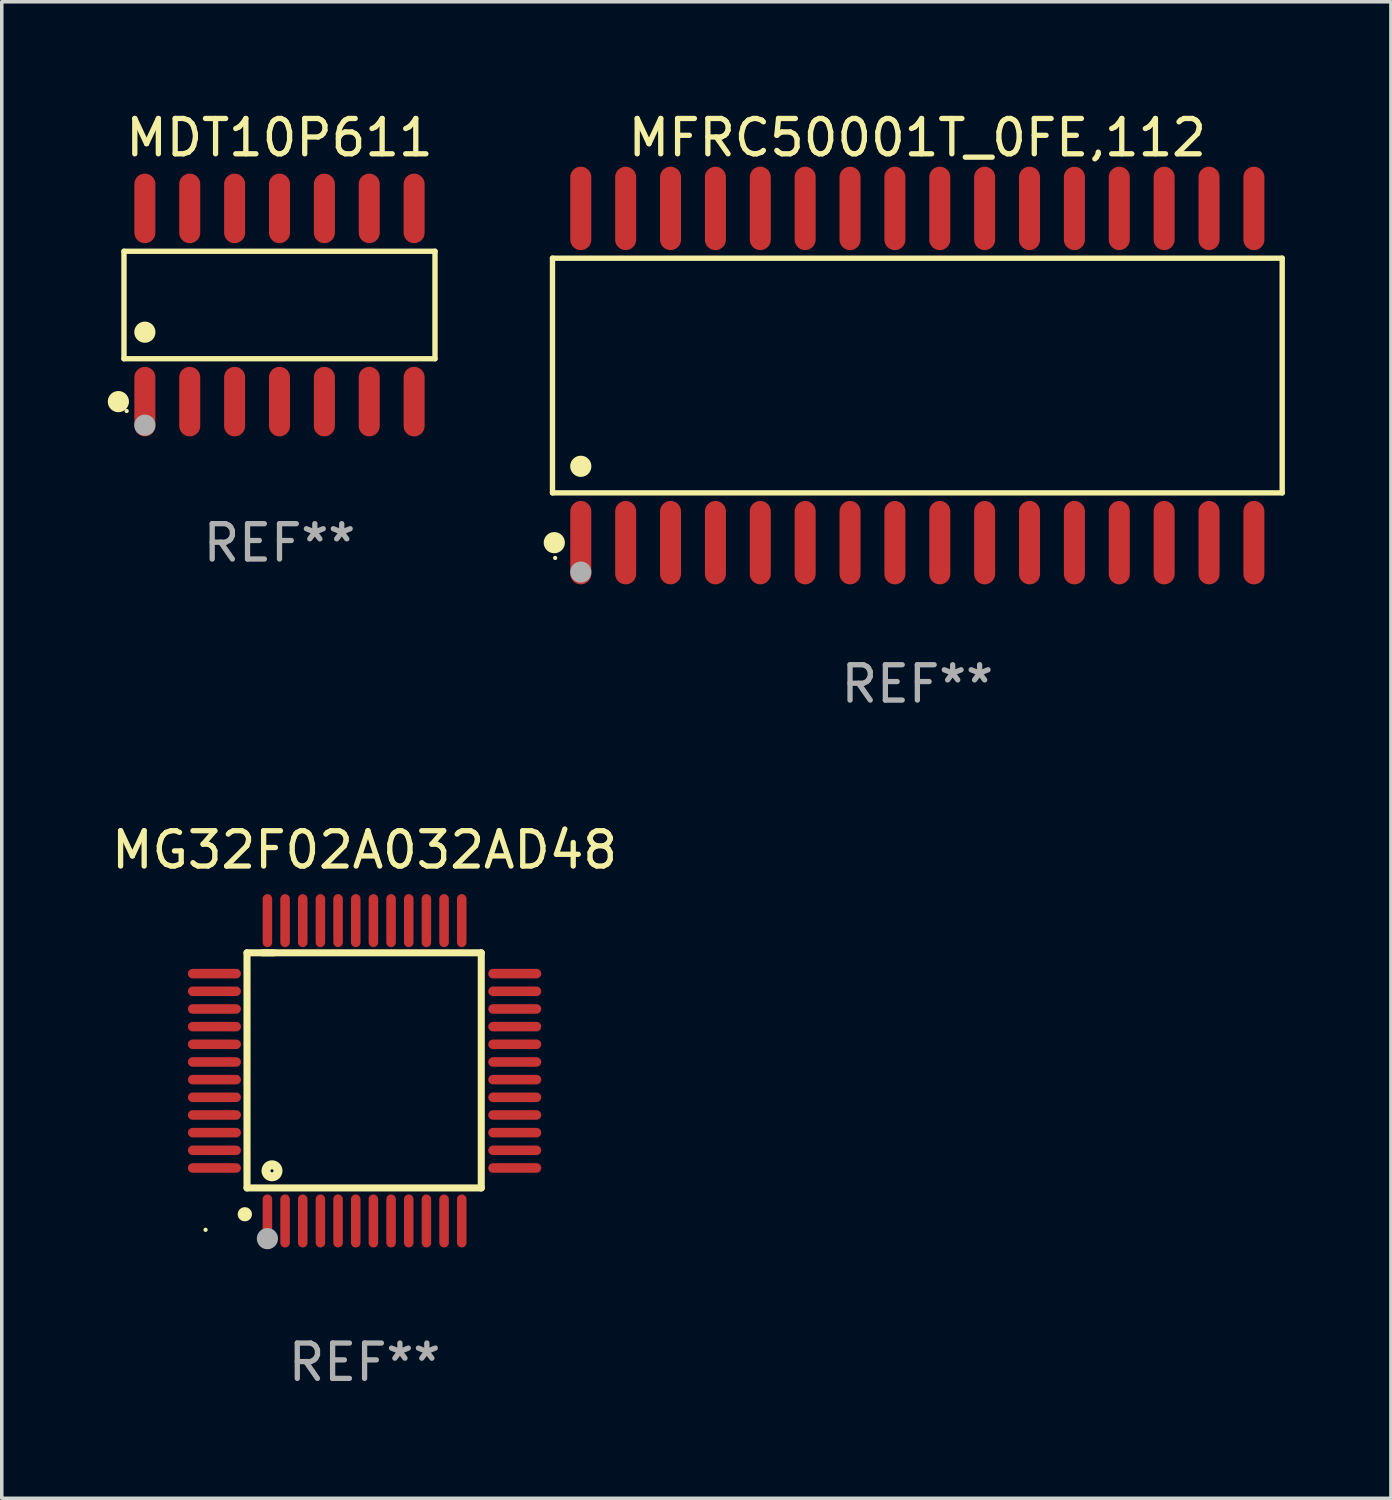
<source format=kicad_pcb>
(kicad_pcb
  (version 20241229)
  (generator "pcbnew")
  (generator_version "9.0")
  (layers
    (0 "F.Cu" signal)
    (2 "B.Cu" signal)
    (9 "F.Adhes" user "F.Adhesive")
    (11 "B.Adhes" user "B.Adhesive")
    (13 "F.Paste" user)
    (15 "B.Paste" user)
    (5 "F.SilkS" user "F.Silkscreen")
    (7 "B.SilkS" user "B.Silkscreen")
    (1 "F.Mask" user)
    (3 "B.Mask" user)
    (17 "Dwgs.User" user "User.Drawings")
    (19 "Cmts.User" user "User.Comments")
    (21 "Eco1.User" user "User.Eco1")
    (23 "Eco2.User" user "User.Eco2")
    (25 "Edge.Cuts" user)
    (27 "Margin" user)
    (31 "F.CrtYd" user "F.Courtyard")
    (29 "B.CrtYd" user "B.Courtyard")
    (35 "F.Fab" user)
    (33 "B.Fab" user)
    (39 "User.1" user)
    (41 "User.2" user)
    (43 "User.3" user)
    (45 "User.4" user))
  (footprint "MFRC50001T_0FE,112"
    (layer "F.Cu")
    (at 22.912 7.578)
    (property "Reference" "MFRC50001T_0FE,112" (at 0 -6.73 0) (layer "F.SilkS") (effects (font (size 1 1) (thickness 0.15))))
    (attr through_hole)
    (fp_line (start -10.326 -3.321) (end 10.326 -3.321) (stroke (width 0.152) (type solid)) (layer "F.SilkS"))
    (fp_line (start -10.326 3.321) (end -10.326 -3.321) (stroke (width 0.152) (type solid)) (layer "F.SilkS"))
    (fp_line (start 10.326 -3.321) (end 10.326 3.321) (stroke (width 0.152) (type solid)) (layer "F.SilkS"))
    (fp_line (start 10.326 3.321) (end -10.326 3.321) (stroke (width 0.152) (type solid)) (layer "F.SilkS"))
    (fp_circle (center -10.275 4.73) (end -10.125 4.73) (stroke (width 0.3) (type solid)) (fill no) (layer "F.SilkS"))
    (fp_circle (center -10.25 5.163) (end -10.22 5.163) (stroke (width 0.06) (type solid)) (fill no) (layer "F.SilkS"))
    (fp_circle (center -9.525 2.569) (end -9.375 2.569) (stroke (width 0.3) (type solid)) (fill no) (layer "F.SilkS"))
    (fp_circle (center -9.525 5.563) (end -9.375 5.563) (stroke (width 0.3) (type solid)) (fill no) (layer "F.Fab"))
    (fp_text user "REF**" (at 0 8.73 0) (layer "F.Fab") (effects (font (size 1 1) (thickness 0.15))))
    (pad "1" smd oval (at -9.525 4.73) (size 0.595 2.36) (layers "F.Cu" "F.Mask" "F.Paste"))
    (pad "2" smd oval (at -8.255 4.73) (size 0.595 2.36) (layers "F.Cu" "F.Mask" "F.Paste"))
    (pad "3" smd oval (at -6.985 4.73) (size 0.595 2.36) (layers "F.Cu" "F.Mask" "F.Paste"))
    (pad "4" smd oval (at -5.715 4.73) (size 0.595 2.36) (layers "F.Cu" "F.Mask" "F.Paste"))
    (pad "5" smd oval (at -4.445 4.73) (size 0.595 2.36) (layers "F.Cu" "F.Mask" "F.Paste"))
    (pad "6" smd oval (at -3.175 4.73) (size 0.595 2.36) (layers "F.Cu" "F.Mask" "F.Paste"))
    (pad "7" smd oval (at -1.905 4.73) (size 0.595 2.36) (layers "F.Cu" "F.Mask" "F.Paste"))
    (pad "8" smd oval (at -0.635 4.73) (size 0.595 2.36) (layers "F.Cu" "F.Mask" "F.Paste"))
    (pad "9" smd oval (at 0.635 4.73) (size 0.595 2.36) (layers "F.Cu" "F.Mask" "F.Paste"))
    (pad "10" smd oval (at 1.905 4.73) (size 0.595 2.36) (layers "F.Cu" "F.Mask" "F.Paste"))
    (pad "11" smd oval (at 3.175 4.73) (size 0.595 2.36) (layers "F.Cu" "F.Mask" "F.Paste"))
    (pad "12" smd oval (at 4.445 4.73) (size 0.595 2.36) (layers "F.Cu" "F.Mask" "F.Paste"))
    (pad "13" smd oval (at 5.715 4.73) (size 0.595 2.36) (layers "F.Cu" "F.Mask" "F.Paste"))
    (pad "14" smd oval (at 6.985 4.73) (size 0.595 2.36) (layers "F.Cu" "F.Mask" "F.Paste"))
    (pad "15" smd oval (at 8.255 4.73) (size 0.595 2.36) (layers "F.Cu" "F.Mask" "F.Paste"))
    (pad "16" smd oval (at 9.525 4.73) (size 0.595 2.36) (layers "F.Cu" "F.Mask" "F.Paste"))
    (pad "17" smd oval (at 9.525 -4.73) (size 0.595 2.36) (layers "F.Cu" "F.Mask" "F.Paste"))
    (pad "18" smd oval (at 8.255 -4.73) (size 0.595 2.36) (layers "F.Cu" "F.Mask" "F.Paste"))
    (pad "19" smd oval (at 6.985 -4.73) (size 0.595 2.36) (layers "F.Cu" "F.Mask" "F.Paste"))
    (pad "20" smd oval (at 5.715 -4.73) (size 0.595 2.36) (layers "F.Cu" "F.Mask" "F.Paste"))
    (pad "21" smd oval (at 4.445 -4.73) (size 0.595 2.36) (layers "F.Cu" "F.Mask" "F.Paste"))
    (pad "22" smd oval (at 3.175 -4.73) (size 0.595 2.36) (layers "F.Cu" "F.Mask" "F.Paste"))
    (pad "23" smd oval (at 1.905 -4.73) (size 0.595 2.36) (layers "F.Cu" "F.Mask" "F.Paste"))
    (pad "24" smd oval (at 0.635 -4.73) (size 0.595 2.36) (layers "F.Cu" "F.Mask" "F.Paste"))
    (pad "25" smd oval (at -0.635 -4.73) (size 0.595 2.36) (layers "F.Cu" "F.Mask" "F.Paste"))
    (pad "26" smd oval (at -1.905 -4.73) (size 0.595 2.36) (layers "F.Cu" "F.Mask" "F.Paste"))
    (pad "27" smd oval (at -3.175 -4.73) (size 0.595 2.36) (layers "F.Cu" "F.Mask" "F.Paste"))
    (pad "28" smd oval (at -4.445 -4.73) (size 0.595 2.36) (layers "F.Cu" "F.Mask" "F.Paste"))
    (pad "29" smd oval (at -5.715 -4.73) (size 0.595 2.36) (layers "F.Cu" "F.Mask" "F.Paste"))
    (pad "30" smd oval (at -6.985 -4.73) (size 0.595 2.36) (layers "F.Cu" "F.Mask" "F.Paste"))
    (pad "31" smd oval (at -8.255 -4.73) (size 0.595 2.36) (layers "F.Cu" "F.Mask" "F.Paste"))
    (pad "32" smd oval (at -9.525 -4.73) (size 0.595 2.36) (layers "F.Cu" "F.Mask" "F.Paste")))
  (footprint "MG32F02A032AD48"
    (layer "F.Cu")
    (at 7.268 27.255)
    (property "Reference" "MG32F02A032AD48" (at 0 -6.25 0) (layer "F.SilkS") (effects (font (size 1 1) (thickness 0.15))))
    (attr through_hole)
    (fp_line (start -3.327 -3.34) (end -2.565 -3.34) (stroke (width 0.2) (type solid)) (layer "F.SilkS"))
    (fp_line (start -3.327 3.315) (end -3.327 -3.34) (stroke (width 0.2) (type solid)) (layer "F.SilkS"))
    (fp_line (start -2.896 -3.34) (end 3.302 -3.34) (stroke (width 0.2) (type solid)) (layer "F.SilkS"))
    (fp_line (start 3.302 -3.34) (end 3.302 3.315) (stroke (width 0.2) (type solid)) (layer "F.SilkS"))
    (fp_line (start 3.302 3.315) (end -3.327 3.315) (stroke (width 0.2) (type solid)) (layer "F.SilkS"))
    (fp_arc (start -3.389992 4.059995) (mid -3.388722 4.059991) (end -3.387452 4.059995) (stroke (width 0.4) (type solid)) (layer "F.SilkS"))
    (fp_circle (center -4.5 4.5) (end -4.47 4.5) (stroke (width 0.06) (type solid)) (fill no) (layer "F.SilkS"))
    (fp_circle (center -2.62 2.83) (end -2.45 2.83) (stroke (width 0.254) (type solid)) (fill no) (layer "F.SilkS"))
    (fp_circle (center -2.75 4.75) (end -2.6 4.75) (stroke (width 0.3) (type solid)) (fill no) (layer "F.Fab"))
    (fp_text user "REF**" (at 0 8.25 0) (layer "F.Fab") (effects (font (size 1 1) (thickness 0.15))))
    (pad "1" smd oval (at -2.75 4.25) (size 0.27 1.5) (layers "F.Cu" "F.Mask" "F.Paste"))
    (pad "2" smd oval (at -2.25 4.25) (size 0.27 1.5) (layers "F.Cu" "F.Mask" "F.Paste"))
    (pad "3" smd oval (at -1.75 4.25) (size 0.27 1.5) (layers "F.Cu" "F.Mask" "F.Paste"))
    (pad "4" smd oval (at -1.25 4.25) (size 0.27 1.5) (layers "F.Cu" "F.Mask" "F.Paste"))
    (pad "5" smd oval (at -0.75 4.25) (size 0.27 1.5) (layers "F.Cu" "F.Mask" "F.Paste"))
    (pad "6" smd oval (at -0.25 4.25) (size 0.27 1.5) (layers "F.Cu" "F.Mask" "F.Paste"))
    (pad "7" smd oval (at 0.25 4.25) (size 0.27 1.5) (layers "F.Cu" "F.Mask" "F.Paste"))
    (pad "8" smd oval (at 0.75 4.25) (size 0.27 1.5) (layers "F.Cu" "F.Mask" "F.Paste"))
    (pad "9" smd oval (at 1.25 4.25) (size 0.27 1.5) (layers "F.Cu" "F.Mask" "F.Paste"))
    (pad "10" smd oval (at 1.75 4.25) (size 0.27 1.5) (layers "F.Cu" "F.Mask" "F.Paste"))
    (pad "11" smd oval (at 2.25 4.25) (size 0.27 1.5) (layers "F.Cu" "F.Mask" "F.Paste"))
    (pad "12" smd oval (at 2.75 4.25) (size 0.27 1.5) (layers "F.Cu" "F.Mask" "F.Paste"))
    (pad "13" smd oval (at 4.25 2.75) (size 1.5 0.27) (layers "F.Cu" "F.Mask" "F.Paste"))
    (pad "14" smd oval (at 4.25 2.25) (size 1.5 0.27) (layers "F.Cu" "F.Mask" "F.Paste"))
    (pad "15" smd oval (at 4.25 1.75) (size 1.5 0.27) (layers "F.Cu" "F.Mask" "F.Paste"))
    (pad "16" smd oval (at 4.25 1.25) (size 1.5 0.27) (layers "F.Cu" "F.Mask" "F.Paste"))
    (pad "17" smd oval (at 4.25 0.75) (size 1.5 0.27) (layers "F.Cu" "F.Mask" "F.Paste"))
    (pad "18" smd oval (at 4.25 0.25) (size 1.5 0.27) (layers "F.Cu" "F.Mask" "F.Paste"))
    (pad "19" smd oval (at 4.25 -0.25) (size 1.5 0.27) (layers "F.Cu" "F.Mask" "F.Paste"))
    (pad "20" smd oval (at 4.25 -0.75) (size 1.5 0.27) (layers "F.Cu" "F.Mask" "F.Paste"))
    (pad "21" smd oval (at 4.25 -1.25) (size 1.5 0.27) (layers "F.Cu" "F.Mask" "F.Paste"))
    (pad "22" smd oval (at 4.25 -1.75) (size 1.5 0.27) (layers "F.Cu" "F.Mask" "F.Paste"))
    (pad "23" smd oval (at 4.25 -2.25) (size 1.5 0.27) (layers "F.Cu" "F.Mask" "F.Paste"))
    (pad "24" smd oval (at 4.25 -2.75) (size 1.5 0.27) (layers "F.Cu" "F.Mask" "F.Paste"))
    (pad "25" smd oval (at 2.75 -4.25) (size 0.27 1.5) (layers "F.Cu" "F.Mask" "F.Paste"))
    (pad "26" smd oval (at 2.25 -4.25) (size 0.27 1.5) (layers "F.Cu" "F.Mask" "F.Paste"))
    (pad "27" smd oval (at 1.75 -4.25) (size 0.27 1.5) (layers "F.Cu" "F.Mask" "F.Paste"))
    (pad "28" smd oval (at 1.25 -4.25) (size 0.27 1.5) (layers "F.Cu" "F.Mask" "F.Paste"))
    (pad "29" smd oval (at 0.75 -4.25) (size 0.27 1.5) (layers "F.Cu" "F.Mask" "F.Paste"))
    (pad "30" smd oval (at 0.25 -4.25) (size 0.27 1.5) (layers "F.Cu" "F.Mask" "F.Paste"))
    (pad "31" smd oval (at -0.25 -4.25) (size 0.27 1.5) (layers "F.Cu" "F.Mask" "F.Paste"))
    (pad "32" smd oval (at -0.75 -4.25) (size 0.27 1.5) (layers "F.Cu" "F.Mask" "F.Paste"))
    (pad "33" smd oval (at -1.25 -4.25) (size 0.27 1.5) (layers "F.Cu" "F.Mask" "F.Paste"))
    (pad "34" smd oval (at -1.75 -4.25) (size 0.27 1.5) (layers "F.Cu" "F.Mask" "F.Paste"))
    (pad "35" smd oval (at -2.25 -4.25) (size 0.27 1.5) (layers "F.Cu" "F.Mask" "F.Paste"))
    (pad "36" smd oval (at -2.75 -4.25) (size 0.27 1.5) (layers "F.Cu" "F.Mask" "F.Paste"))
    (pad "37" smd oval (at -4.25 -2.75) (size 1.5 0.27) (layers "F.Cu" "F.Mask" "F.Paste"))
    (pad "38" smd oval (at -4.25 -2.25) (size 1.5 0.27) (layers "F.Cu" "F.Mask" "F.Paste"))
    (pad "39" smd oval (at -4.25 -1.75) (size 1.5 0.27) (layers "F.Cu" "F.Mask" "F.Paste"))
    (pad "40" smd oval (at -4.25 -1.25) (size 1.5 0.27) (layers "F.Cu" "F.Mask" "F.Paste"))
    (pad "41" smd oval (at -4.25 -0.75) (size 1.5 0.27) (layers "F.Cu" "F.Mask" "F.Paste"))
    (pad "42" smd oval (at -4.25 -0.25) (size 1.5 0.27) (layers "F.Cu" "F.Mask" "F.Paste"))
    (pad "43" smd oval (at -4.25 0.25) (size 1.5 0.27) (layers "F.Cu" "F.Mask" "F.Paste"))
    (pad "44" smd oval (at -4.25 0.75) (size 1.5 0.27) (layers "F.Cu" "F.Mask" "F.Paste"))
    (pad "45" smd oval (at -4.25 1.25) (size 1.5 0.27) (layers "F.Cu" "F.Mask" "F.Paste"))
    (pad "46" smd oval (at -4.25 1.75) (size 1.5 0.27) (layers "F.Cu" "F.Mask" "F.Paste"))
    (pad "47" smd oval (at -4.25 2.25) (size 1.5 0.27) (layers "F.Cu" "F.Mask" "F.Paste"))
    (pad "48" smd oval (at -4.25 2.75) (size 1.5 0.27) (layers "F.Cu" "F.Mask" "F.Paste")))
  (footprint "MDT10P611"
    (layer "F.Cu")
    (at 4.86 5.582)
    (property "Reference" "MDT10P611" (at 0 -4.734 0) (layer "F.SilkS") (effects (font (size 1 1) (thickness 0.15))))
    (attr through_hole)
    (fp_line (start -4.401 -1.521) (end 4.401 -1.521) (stroke (width 0.152) (type solid)) (layer "F.SilkS"))
    (fp_line (start -4.401 1.521) (end -4.401 -1.521) (stroke (width 0.152) (type solid)) (layer "F.SilkS"))
    (fp_line (start 4.401 -1.521) (end 4.401 1.521) (stroke (width 0.152) (type solid)) (layer "F.SilkS"))
    (fp_line (start 4.401 1.521) (end -4.401 1.521) (stroke (width 0.152) (type solid)) (layer "F.SilkS"))
    (fp_circle (center -4.56 2.734) (end -4.41 2.734) (stroke (width 0.3) (type solid)) (fill no) (layer "F.SilkS"))
    (fp_circle (center -4.325 3) (end -4.295 3) (stroke (width 0.06) (type solid)) (fill no) (layer "F.SilkS"))
    (fp_circle (center -3.81 0.769) (end -3.66 0.769) (stroke (width 0.3) (type solid)) (fill no) (layer "F.SilkS"))
    (fp_circle (center -3.81 3.4) (end -3.66 3.4) (stroke (width 0.3) (type solid)) (fill no) (layer "F.Fab"))
    (fp_text user "REF**" (at 0 6.734 0) (layer "F.Fab") (effects (font (size 1 1) (thickness 0.15))))
    (pad "1" smd oval (at -3.81 2.734) (size 0.595 1.968) (layers "F.Cu" "F.Mask" "F.Paste"))
    (pad "2" smd oval (at -2.54 2.734) (size 0.595 1.968) (layers "F.Cu" "F.Mask" "F.Paste"))
    (pad "3" smd oval (at -1.27 2.734) (size 0.595 1.968) (layers "F.Cu" "F.Mask" "F.Paste"))
    (pad "4" smd oval (at 0 2.734) (size 0.595 1.968) (layers "F.Cu" "F.Mask" "F.Paste"))
    (pad "5" smd oval (at 1.27 2.734) (size 0.595 1.968) (layers "F.Cu" "F.Mask" "F.Paste"))
    (pad "6" smd oval (at 2.54 2.734) (size 0.595 1.968) (layers "F.Cu" "F.Mask" "F.Paste"))
    (pad "7" smd oval (at 3.81 2.734) (size 0.595 1.968) (layers "F.Cu" "F.Mask" "F.Paste"))
    (pad "8" smd oval (at 3.81 -2.734) (size 0.595 1.968) (layers "F.Cu" "F.Mask" "F.Paste"))
    (pad "9" smd oval (at 2.54 -2.734) (size 0.595 1.968) (layers "F.Cu" "F.Mask" "F.Paste"))
    (pad "10" smd oval (at 1.27 -2.734) (size 0.595 1.968) (layers "F.Cu" "F.Mask" "F.Paste"))
    (pad "11" smd oval (at 0 -2.734) (size 0.595 1.968) (layers "F.Cu" "F.Mask" "F.Paste"))
    (pad "12" smd oval (at -1.27 -2.734) (size 0.595 1.968) (layers "F.Cu" "F.Mask" "F.Paste"))
    (pad "13" smd oval (at -2.54 -2.734) (size 0.595 1.968) (layers "F.Cu" "F.Mask" "F.Paste"))
    (pad "14" smd oval (at -3.81 -2.734) (size 0.595 1.968) (layers "F.Cu" "F.Mask" "F.Paste")))
  (gr_rect
    (start -3 -3)
    (end 36.315 39.353)
    (stroke (width 0.1) (type default))
    (fill no)
    (layer "Edge.Cuts")))
</source>
